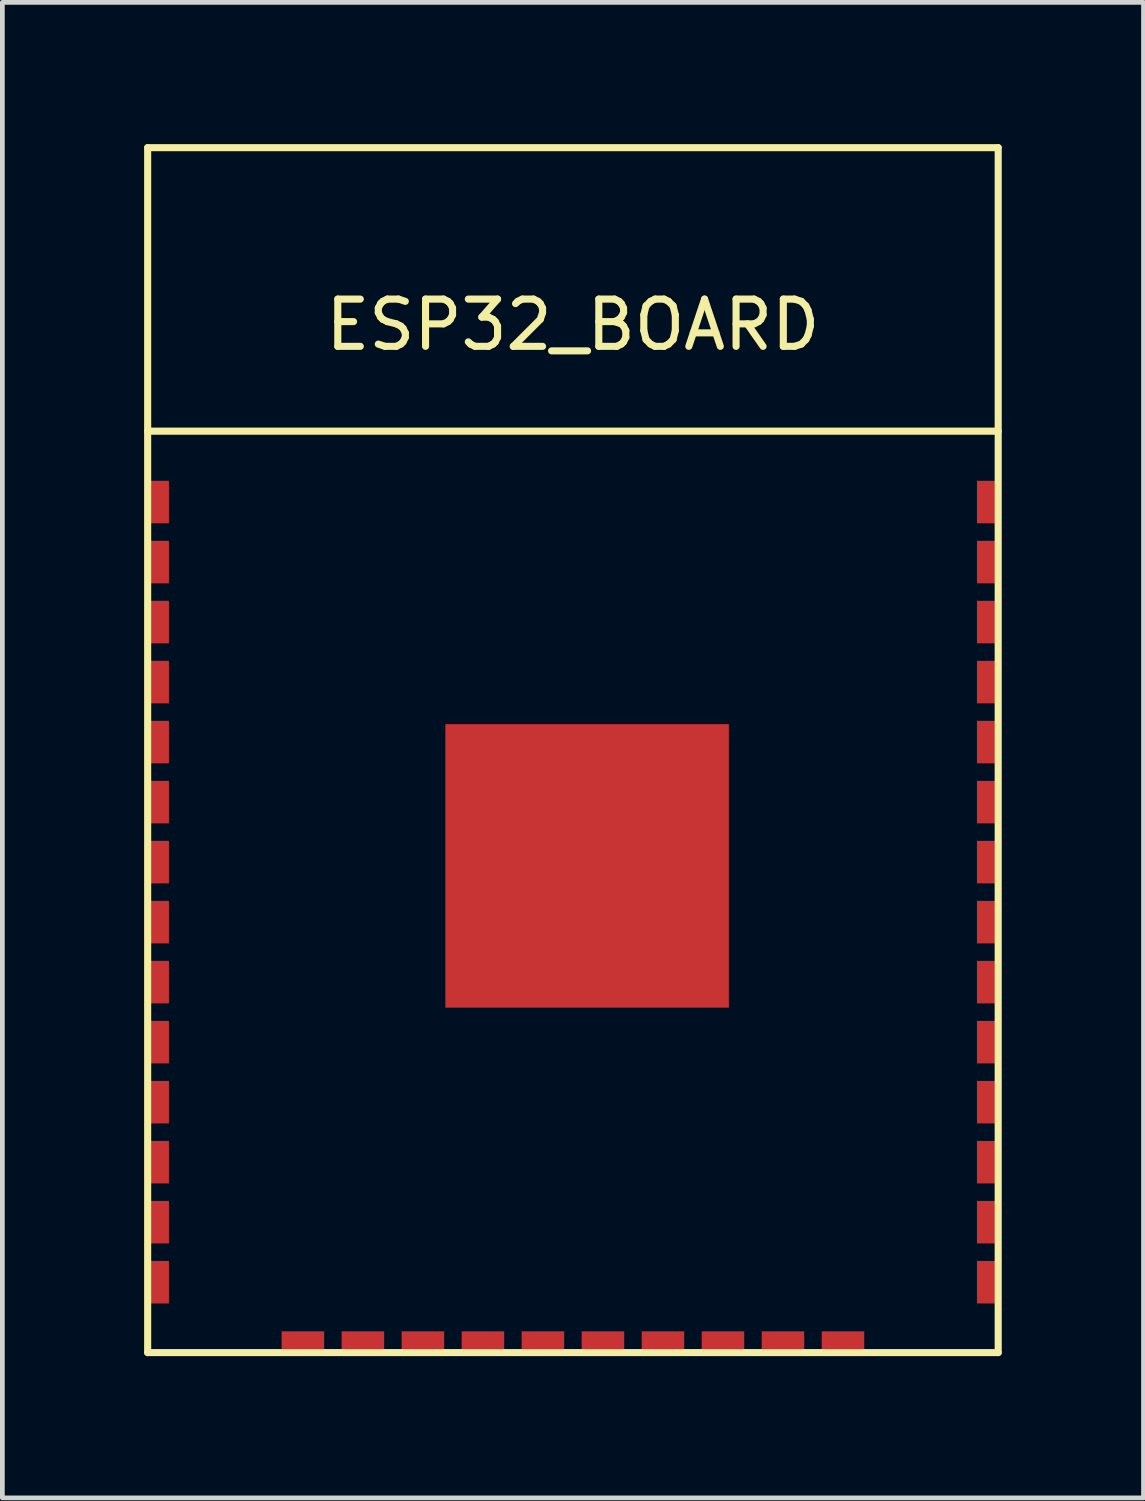
<source format=kicad_pcb>
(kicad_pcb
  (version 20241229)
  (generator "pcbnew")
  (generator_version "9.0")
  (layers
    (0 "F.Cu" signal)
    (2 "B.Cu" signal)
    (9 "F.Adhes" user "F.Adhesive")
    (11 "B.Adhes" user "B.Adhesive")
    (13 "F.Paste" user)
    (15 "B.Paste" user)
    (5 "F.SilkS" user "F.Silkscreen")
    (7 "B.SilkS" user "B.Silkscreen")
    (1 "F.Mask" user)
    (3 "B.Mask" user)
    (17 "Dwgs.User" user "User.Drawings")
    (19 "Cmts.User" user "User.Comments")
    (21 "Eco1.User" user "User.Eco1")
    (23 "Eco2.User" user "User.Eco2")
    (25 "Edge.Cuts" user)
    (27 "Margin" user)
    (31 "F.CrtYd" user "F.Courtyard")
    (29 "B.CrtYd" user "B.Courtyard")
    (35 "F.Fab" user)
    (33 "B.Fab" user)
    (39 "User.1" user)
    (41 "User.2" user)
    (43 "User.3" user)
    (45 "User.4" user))
  (footprint "ESP32_BOARD"
    (layer "F.Cu")
    (at 9.075 12.825)
    (property "Reference" "ESP32_BOARD" (at 0 -9 0) (layer "F.SilkS") (effects (font (size 1 1) (thickness 0.15))))
    (attr through_hole)
    (fp_line (start -9 -12.75) (end 9 -12.75) (stroke (width 0.15) (type solid)) (layer "F.SilkS"))
    (fp_line (start -9 -6.75) (end 9 -6.75) (stroke (width 0.15) (type solid)) (layer "F.SilkS"))
    (fp_line (start -9 12.75) (end -9 -12.75) (stroke (width 0.15) (type solid)) (layer "F.SilkS"))
    (fp_line (start 9 -12.75) (end 9 12.75) (stroke (width 0.15) (type solid)) (layer "F.SilkS"))
    (fp_line (start 9 12.75) (end -9 12.75) (stroke (width 0.15) (type solid)) (layer "F.SilkS"))
    (pad "1" smd rect (at -8.775 -5.25) (size 0.45 0.9) (layers "F.Cu" "F.Mask" "F.Paste"))
    (pad "2" smd rect (at -8.775 -3.98) (size 0.45 0.9) (layers "F.Cu" "F.Mask" "F.Paste"))
    (pad "2" smd rect (at 0.3 2.45) (size 6 6) (layers "F.Cu" "F.Mask" "F.Paste"))
    (pad "3" smd rect (at -8.775 -2.71) (size 0.45 0.9) (layers "F.Cu" "F.Mask" "F.Paste"))
    (pad "4" smd rect (at -8.775 -1.44) (size 0.45 0.9) (layers "F.Cu" "F.Mask" "F.Paste"))
    (pad "5" smd rect (at -8.775 -0.17) (size 0.45 0.9) (layers "F.Cu" "F.Mask" "F.Paste"))
    (pad "6" smd rect (at -8.775 1.1) (size 0.45 0.9) (layers "F.Cu" "F.Mask" "F.Paste"))
    (pad "7" smd rect (at -8.775 2.37) (size 0.45 0.9) (layers "F.Cu" "F.Mask" "F.Paste"))
    (pad "8" smd rect (at -8.775 3.64) (size 0.45 0.9) (layers "F.Cu" "F.Mask" "F.Paste"))
    (pad "9" smd rect (at -8.775 4.91) (size 0.45 0.9) (layers "F.Cu" "F.Mask" "F.Paste"))
    (pad "10" smd rect (at -8.775 6.18) (size 0.45 0.9) (layers "F.Cu" "F.Mask" "F.Paste"))
    (pad "11" smd rect (at -8.775 7.45) (size 0.45 0.9) (layers "F.Cu" "F.Mask" "F.Paste"))
    (pad "12" smd rect (at -8.775 8.72) (size 0.45 0.9) (layers "F.Cu" "F.Mask" "F.Paste"))
    (pad "13" smd rect (at -8.775 9.99) (size 0.45 0.9) (layers "F.Cu" "F.Mask" "F.Paste"))
    (pad "14" smd rect (at -8.775 11.26) (size 0.45 0.9) (layers "F.Cu" "F.Mask" "F.Paste"))
    (pad "15" smd rect (at -5.715 12.525) (size 0.9 0.45) (layers "F.Cu" "F.Mask" "F.Paste"))
    (pad "16" smd rect (at -4.445 12.525) (size 0.9 0.45) (layers "F.Cu" "F.Mask" "F.Paste"))
    (pad "17" smd rect (at -3.175 12.525) (size 0.9 0.45) (layers "F.Cu" "F.Mask" "F.Paste"))
    (pad "18" smd rect (at -1.905 12.525) (size 0.9 0.45) (layers "F.Cu" "F.Mask" "F.Paste"))
    (pad "19" smd rect (at -0.635 12.525) (size 0.9 0.45) (layers "F.Cu" "F.Mask" "F.Paste"))
    (pad "20" smd rect (at 0.635 12.525) (size 0.9 0.45) (layers "F.Cu" "F.Mask" "F.Paste"))
    (pad "21" smd rect (at 1.905 12.525) (size 0.9 0.45) (layers "F.Cu" "F.Mask" "F.Paste"))
    (pad "22" smd rect (at 3.175 12.525) (size 0.9 0.45) (layers "F.Cu" "F.Mask" "F.Paste"))
    (pad "23" smd rect (at 4.445 12.525) (size 0.9 0.45) (layers "F.Cu" "F.Mask" "F.Paste"))
    (pad "24" smd rect (at 5.715 12.525) (size 0.9 0.45) (layers "F.Cu" "F.Mask" "F.Paste"))
    (pad "25" smd rect (at 8.775 11.26) (size 0.45 0.9) (layers "F.Cu" "F.Mask" "F.Paste"))
    (pad "26" smd rect (at 8.775 9.99) (size 0.45 0.9) (layers "F.Cu" "F.Mask" "F.Paste"))
    (pad "27" smd rect (at 8.775 8.72) (size 0.45 0.9) (layers "F.Cu" "F.Mask" "F.Paste"))
    (pad "28" smd rect (at 8.775 7.45) (size 0.45 0.9) (layers "F.Cu" "F.Mask" "F.Paste"))
    (pad "29" smd rect (at 8.775 6.18) (size 0.45 0.9) (layers "F.Cu" "F.Mask" "F.Paste"))
    (pad "30" smd rect (at 8.775 4.91) (size 0.45 0.9) (layers "F.Cu" "F.Mask" "F.Paste"))
    (pad "31" smd rect (at 8.775 3.64) (size 0.45 0.9) (layers "F.Cu" "F.Mask" "F.Paste"))
    (pad "32" smd rect (at 8.775 2.37) (size 0.45 0.9) (layers "F.Cu" "F.Mask" "F.Paste"))
    (pad "33" smd rect (at 8.775 1.1) (size 0.45 0.9) (layers "F.Cu" "F.Mask" "F.Paste"))
    (pad "34" smd rect (at 8.775 -0.17) (size 0.45 0.9) (layers "F.Cu" "F.Mask" "F.Paste"))
    (pad "35" smd rect (at 8.775 -1.44) (size 0.45 0.9) (layers "F.Cu" "F.Mask" "F.Paste"))
    (pad "36" smd rect (at 8.775 -2.71) (size 0.45 0.9) (layers "F.Cu" "F.Mask" "F.Paste"))
    (pad "37" smd rect (at 8.775 -3.98) (size 0.45 0.9) (layers "F.Cu" "F.Mask" "F.Paste"))
    (pad "38" smd rect (at 8.775 -5.25) (size 0.45 0.9) (layers "F.Cu" "F.Mask" "F.Paste")))
  (gr_rect
    (start -3 -3)
    (end 21.15 28.65)
    (stroke (width 0.1) (type default))
    (fill no)
    (layer "Edge.Cuts")))
</source>
